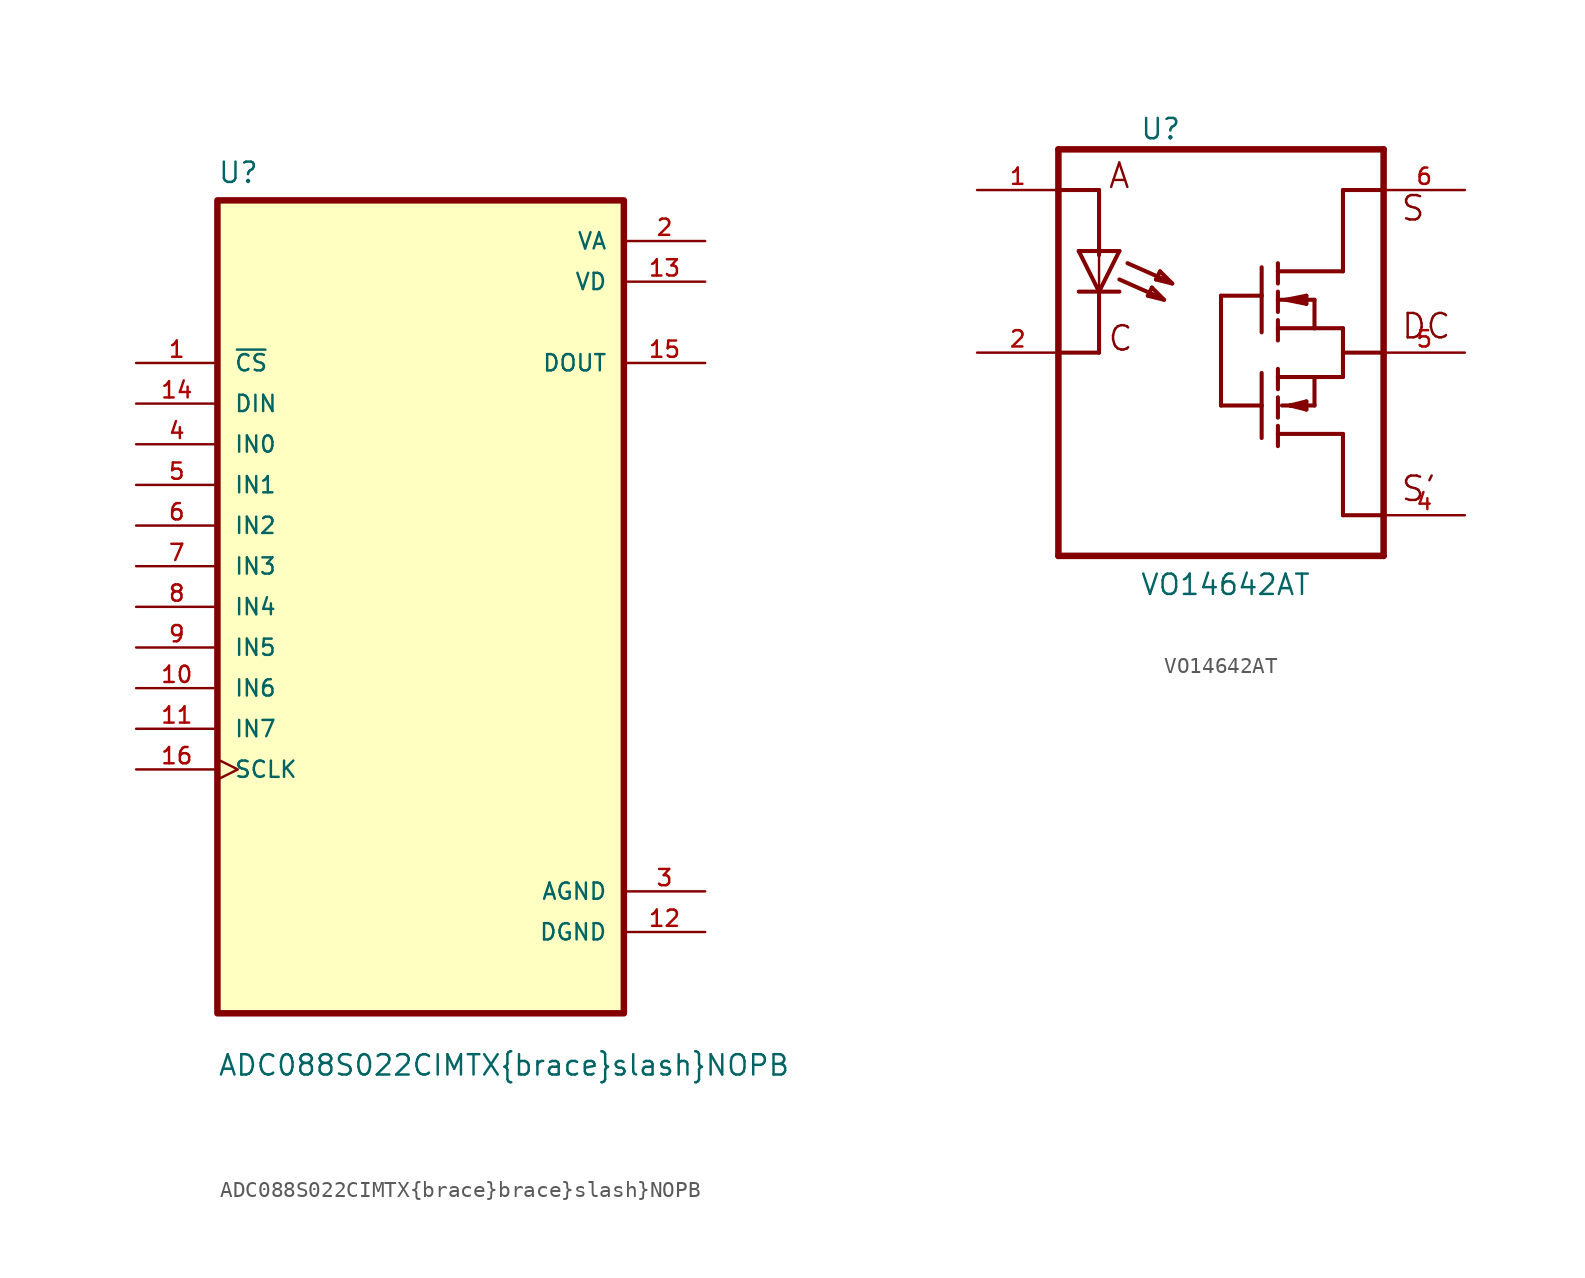
<source format=kicad_sym>
(kicad_symbol_lib
  (version 20211014)
  (generator kicad_symbol_editor)
  (symbol "ADC088S022CIMTX{brace}brace}slash}NOPB"
    (pin_names
      (offset 1.016))
    (property "Reference" "U"
      (at -12.7 26.391 0)
      (effects (font (size 1.27 1.27)) (justify left bottom)))
    (property "Value" "ADC088S022CIMTX{brace}brace}slash}NOPB"
      (at -12.7 -29.388 0)
      (effects (font (size 1.27 1.27)) (justify left bottom)))
    (property "ki_locked" ""
      (at 0 0 0)
      (effects (font (size 1.27 1.27))))
    (symbol "ADC088S022CIMTX{brace}brace}slash}NOPB_0_0"
      (rectangle (start -12.7 -25.4) (end 12.7 25.4) (stroke (width 0.406) (type default) (color 0 0 0 0)) (fill (type background)))
      (pin input line (at -17.78 15.24 0) (length 5.08) (name "~{CS}" (effects (font (size 1.016 1.016)))) (number "1" (effects (font (size 1.016 1.016)))))
      (pin input line (at -17.78 -5.08 0) (length 5.08) (name "IN6" (effects (font (size 1.016 1.016)))) (number "10" (effects (font (size 1.016 1.016)))))
      (pin input line (at -17.78 -7.62 0) (length 5.08) (name "IN7" (effects (font (size 1.016 1.016)))) (number "11" (effects (font (size 1.016 1.016)))))
      (pin power_in line (at 17.78 -20.32 180) (length 5.08) (name "DGND" (effects (font (size 1.016 1.016)))) (number "12" (effects (font (size 1.016 1.016)))))
      (pin power_in line (at 17.78 20.32 180) (length 5.08) (name "VD" (effects (font (size 1.016 1.016)))) (number "13" (effects (font (size 1.016 1.016)))))
      (pin input line (at -17.78 12.7 0) (length 5.08) (name "DIN" (effects (font (size 1.016 1.016)))) (number "14" (effects (font (size 1.016 1.016)))))
      (pin output line (at 17.78 15.24 180) (length 5.08) (name "DOUT" (effects (font (size 1.016 1.016)))) (number "15" (effects (font (size 1.016 1.016)))))
      (pin input clock (at -17.78 -10.16 0) (length 5.08) (name "SCLK" (effects (font (size 1.016 1.016)))) (number "16" (effects (font (size 1.016 1.016)))))
      (pin power_in line (at 17.78 22.86 180) (length 5.08) (name "VA" (effects (font (size 1.016 1.016)))) (number "2" (effects (font (size 1.016 1.016)))))
      (pin power_in line (at 17.78 -17.78 180) (length 5.08) (name "AGND" (effects (font (size 1.016 1.016)))) (number "3" (effects (font (size 1.016 1.016)))))
      (pin input line (at -17.78 10.16 0) (length 5.08) (name "IN0" (effects (font (size 1.016 1.016)))) (number "4" (effects (font (size 1.016 1.016)))))
      (pin input line (at -17.78 7.62 0) (length 5.08) (name "IN1" (effects (font (size 1.016 1.016)))) (number "5" (effects (font (size 1.016 1.016)))))
      (pin input line (at -17.78 5.08 0) (length 5.08) (name "IN2" (effects (font (size 1.016 1.016)))) (number "6" (effects (font (size 1.016 1.016)))))
      (pin input line (at -17.78 2.54 0) (length 5.08) (name "IN3" (effects (font (size 1.016 1.016)))) (number "7" (effects (font (size 1.016 1.016)))))
      (pin input line (at -17.78 0 0) (length 5.08) (name "IN4" (effects (font (size 1.016 1.016)))) (number "8" (effects (font (size 1.016 1.016)))))
      (pin input line (at -17.78 -2.54 0) (length 5.08) (name "IN5" (effects (font (size 1.016 1.016)))) (number "9" (effects (font (size 1.016 1.016)))))))
  (symbol "VO14642AT"
    (pin_names
      (offset 1.016) hide)
    (property "Reference" "U"
      (at -5.08 13.233 0)
      (effects (font (size 1.27 1.27)) (justify left bottom)))
    (property "Value" "VO14642AT"
      (at -5.08 -15.24 0)
      (effects (font (size 1.27 1.27)) (justify left bottom)))
    (property "ki_locked" ""
      (at 0 0 0)
      (effects (font (size 1.27 1.27))))
    (symbol "VO14642AT_0_0"
      (polyline (pts (xy -10.16 -12.7) (xy 10.16 -12.7)) (stroke (width 0.406) (type default) (color 0 0 0 0)) (fill (type none)))
      (polyline (pts (xy -10.16 0) (xy -10.16 -12.7)) (stroke (width 0.406) (type default) (color 0 0 0 0)) (fill (type none)))
      (polyline (pts (xy -10.16 0) (xy -7.62 0)) (stroke (width 0.254) (type default) (color 0 0 0 0)) (fill (type none)))
      (polyline (pts (xy -10.16 10.16) (xy -10.16 0)) (stroke (width 0.406) (type default) (color 0 0 0 0)) (fill (type none)))
      (polyline (pts (xy -10.16 10.16) (xy -7.62 10.16)) (stroke (width 0.254) (type default) (color 0 0 0 0)) (fill (type none)))
      (polyline (pts (xy -10.16 12.7) (xy -10.16 10.16)) (stroke (width 0.406) (type default) (color 0 0 0 0)) (fill (type none)))
      (polyline (pts (xy -10.16 12.7) (xy 10.16 12.7)) (stroke (width 0.406) (type default) (color 0 0 0 0)) (fill (type none)))
      (polyline (pts (xy -7.62 0) (xy -7.62 3.81)) (stroke (width 0.254) (type default) (color 0 0 0 0)) (fill (type none)))
      (polyline (pts (xy -7.62 3.81) (xy -8.89 3.81)) (stroke (width 0.254) (type default) (color 0 0 0 0)) (fill (type none)))
      (polyline (pts (xy -7.62 3.81) (xy -8.89 6.35)) (stroke (width 0.254) (type default) (color 0 0 0 0)) (fill (type none)))
      (polyline (pts (xy -7.62 6.096) (xy -7.62 3.81)) (stroke (width 0.152) (type default) (color 0 0 0 0)) (fill (type none)))
      (polyline (pts (xy -7.62 6.35) (xy -8.89 6.35)) (stroke (width 0.254) (type default) (color 0 0 0 0)) (fill (type none)))
      (polyline (pts (xy -7.62 6.35) (xy -7.62 6.096)) (stroke (width 0.152) (type default) (color 0 0 0 0)) (fill (type none)))
      (polyline (pts (xy -7.62 10.16) (xy -7.62 6.096)) (stroke (width 0.254) (type default) (color 0 0 0 0)) (fill (type none)))
      (polyline (pts (xy -6.35 3.81) (xy -7.62 3.81)) (stroke (width 0.254) (type default) (color 0 0 0 0)) (fill (type none)))
      (polyline (pts (xy -6.35 6.35) (xy -7.62 3.81)) (stroke (width 0.254) (type default) (color 0 0 0 0)) (fill (type none)))
      (polyline (pts (xy -6.35 6.35) (xy -7.62 6.35)) (stroke (width 0.254) (type default) (color 0 0 0 0)) (fill (type none)))
      (polyline (pts (xy -4.572 3.556) (xy -3.556 3.302)) (stroke (width 0.254) (type default) (color 0 0 0 0)) (fill (type none)))
      (polyline (pts (xy -4.318 4.064) (xy -4.572 3.556)) (stroke (width 0.254) (type default) (color 0 0 0 0)) (fill (type none)))
      (polyline (pts (xy -4.064 3.556) (xy -6.35 4.572)) (stroke (width 0.254) (type default) (color 0 0 0 0)) (fill (type none)))
      (polyline (pts (xy -4.064 4.572) (xy -3.048 4.318)) (stroke (width 0.254) (type default) (color 0 0 0 0)) (fill (type none)))
      (polyline (pts (xy -3.81 5.08) (xy -4.064 4.572)) (stroke (width 0.254) (type default) (color 0 0 0 0)) (fill (type none)))
      (polyline (pts (xy -3.556 3.302) (xy -4.318 4.064)) (stroke (width 0.254) (type default) (color 0 0 0 0)) (fill (type none)))
      (polyline (pts (xy -3.556 4.572) (xy -5.842 5.588)) (stroke (width 0.254) (type default) (color 0 0 0 0)) (fill (type none)))
      (polyline (pts (xy -3.048 4.318) (xy -3.81 5.08)) (stroke (width 0.254) (type default) (color 0 0 0 0)) (fill (type none)))
      (polyline (pts (xy 0 -3.302) (xy 0 3.556)) (stroke (width 0.254) (type default) (color 0 0 0 0)) (fill (type none)))
      (polyline (pts (xy 0 3.556) (xy 2.54 3.556)) (stroke (width 0.254) (type default) (color 0 0 0 0)) (fill (type none)))
      (polyline (pts (xy 2.54 -5.334) (xy 2.54 -3.302)) (stroke (width 0.254) (type default) (color 0 0 0 0)) (fill (type none)))
      (polyline (pts (xy 2.54 -3.302) (xy 0 -3.302)) (stroke (width 0.254) (type default) (color 0 0 0 0)) (fill (type none)))
      (polyline (pts (xy 2.54 -3.302) (xy 2.54 -1.27)) (stroke (width 0.254) (type default) (color 0 0 0 0)) (fill (type none)))
      (polyline (pts (xy 2.54 1.27) (xy 2.54 3.556)) (stroke (width 0.254) (type default) (color 0 0 0 0)) (fill (type none)))
      (polyline (pts (xy 2.54 3.556) (xy 2.54 5.334)) (stroke (width 0.254) (type default) (color 0 0 0 0)) (fill (type none)))
      (polyline (pts (xy 3.556 -5.842) (xy 3.556 -5.08)) (stroke (width 0.254) (type default) (color 0 0 0 0)) (fill (type none)))
      (polyline (pts (xy 3.556 -5.08) (xy 3.556 -4.572)) (stroke (width 0.254) (type default) (color 0 0 0 0)) (fill (type none)))
      (polyline (pts (xy 3.556 -5.08) (xy 7.62 -5.08)) (stroke (width 0.254) (type default) (color 0 0 0 0)) (fill (type none)))
      (polyline (pts (xy 3.556 -4.064) (xy 3.556 -2.794)) (stroke (width 0.254) (type default) (color 0 0 0 0)) (fill (type none)))
      (polyline (pts (xy 3.556 -2.286) (xy 3.556 -1.524)) (stroke (width 0.254) (type default) (color 0 0 0 0)) (fill (type none)))
      (polyline (pts (xy 3.556 -1.524) (xy 3.556 -1.016)) (stroke (width 0.254) (type default) (color 0 0 0 0)) (fill (type none)))
      (polyline (pts (xy 3.556 -1.524) (xy 5.842 -1.524)) (stroke (width 0.254) (type default) (color 0 0 0 0)) (fill (type none)))
      (polyline (pts (xy 3.556 0.762) (xy 3.556 1.524)) (stroke (width 0.254) (type default) (color 0 0 0 0)) (fill (type none)))
      (polyline (pts (xy 3.556 1.524) (xy 3.556 2.032)) (stroke (width 0.254) (type default) (color 0 0 0 0)) (fill (type none)))
      (polyline (pts (xy 3.556 1.524) (xy 5.842 1.524)) (stroke (width 0.254) (type default) (color 0 0 0 0)) (fill (type none)))
      (polyline (pts (xy 3.556 2.54) (xy 3.556 3.302)) (stroke (width 0.254) (type default) (color 0 0 0 0)) (fill (type none)))
      (polyline (pts (xy 3.556 3.302) (xy 3.556 3.81)) (stroke (width 0.254) (type default) (color 0 0 0 0)) (fill (type none)))
      (polyline (pts (xy 3.556 3.302) (xy 5.842 3.302)) (stroke (width 0.254) (type default) (color 0 0 0 0)) (fill (type none)))
      (polyline (pts (xy 3.556 4.318) (xy 3.556 5.08)) (stroke (width 0.254) (type default) (color 0 0 0 0)) (fill (type none)))
      (polyline (pts (xy 3.556 5.08) (xy 3.556 5.588)) (stroke (width 0.254) (type default) (color 0 0 0 0)) (fill (type none)))
      (polyline (pts (xy 3.81 -3.302) (xy 4.318 -3.302)) (stroke (width 0.254) (type default) (color 0 0 0 0)) (fill (type none)))
      (polyline (pts (xy 4.064 3.302) (xy 5.334 3.048)) (stroke (width 0.254) (type default) (color 0 0 0 0)) (fill (type none)))
      (polyline (pts (xy 4.318 -3.302) (xy 5.334 -3.556)) (stroke (width 0.254) (type default) (color 0 0 0 0)) (fill (type none)))
      (polyline (pts (xy 4.318 -3.302) (xy 5.842 -3.302)) (stroke (width 0.254) (type default) (color 0 0 0 0)) (fill (type none)))
      (polyline (pts (xy 5.334 -3.556) (xy 5.334 -3.048)) (stroke (width 0.254) (type default) (color 0 0 0 0)) (fill (type none)))
      (polyline (pts (xy 5.334 -3.048) (xy 4.318 -3.302)) (stroke (width 0.254) (type default) (color 0 0 0 0)) (fill (type none)))
      (polyline (pts (xy 5.334 3.048) (xy 5.334 3.556)) (stroke (width 0.254) (type default) (color 0 0 0 0)) (fill (type none)))
      (polyline (pts (xy 5.334 3.556) (xy 4.064 3.302)) (stroke (width 0.254) (type default) (color 0 0 0 0)) (fill (type none)))
      (polyline (pts (xy 5.842 -3.302) (xy 5.842 -1.524)) (stroke (width 0.254) (type default) (color 0 0 0 0)) (fill (type none)))
      (polyline (pts (xy 5.842 -1.524) (xy 7.62 -1.524)) (stroke (width 0.254) (type default) (color 0 0 0 0)) (fill (type none)))
      (polyline (pts (xy 5.842 1.524) (xy 7.62 1.524)) (stroke (width 0.254) (type default) (color 0 0 0 0)) (fill (type none)))
      (polyline (pts (xy 5.842 3.302) (xy 5.842 1.524)) (stroke (width 0.254) (type default) (color 0 0 0 0)) (fill (type none)))
      (polyline (pts (xy 7.62 -10.16) (xy 10.16 -10.16)) (stroke (width 0.254) (type default) (color 0 0 0 0)) (fill (type none)))
      (polyline (pts (xy 7.62 -5.08) (xy 7.62 -10.16)) (stroke (width 0.254) (type default) (color 0 0 0 0)) (fill (type none)))
      (polyline (pts (xy 7.62 0) (xy 7.62 -1.524)) (stroke (width 0.254) (type default) (color 0 0 0 0)) (fill (type none)))
      (polyline (pts (xy 7.62 0) (xy 10.16 0)) (stroke (width 0.254) (type default) (color 0 0 0 0)) (fill (type none)))
      (polyline (pts (xy 7.62 1.524) (xy 7.62 0)) (stroke (width 0.254) (type default) (color 0 0 0 0)) (fill (type none)))
      (polyline (pts (xy 7.62 5.08) (xy 3.556 5.08)) (stroke (width 0.254) (type default) (color 0 0 0 0)) (fill (type none)))
      (polyline (pts (xy 7.62 10.16) (xy 7.62 5.08)) (stroke (width 0.254) (type default) (color 0 0 0 0)) (fill (type none)))
      (polyline (pts (xy 10.16 -10.16) (xy 10.16 -12.7)) (stroke (width 0.406) (type default) (color 0 0 0 0)) (fill (type none)))
      (polyline (pts (xy 10.16 0) (xy 10.16 -10.16)) (stroke (width 0.406) (type default) (color 0 0 0 0)) (fill (type none)))
      (polyline (pts (xy 10.16 10.16) (xy 7.62 10.16)) (stroke (width 0.254) (type default) (color 0 0 0 0)) (fill (type none)))
      (polyline (pts (xy 10.16 10.16) (xy 10.16 0)) (stroke (width 0.406) (type default) (color 0 0 0 0)) (fill (type none)))
      (polyline (pts (xy 10.16 12.7) (xy 10.16 10.16)) (stroke (width 0.406) (type default) (color 0 0 0 0)) (fill (type none)))
      (text "A" (at -7.112 10.16 0) (effects (font (size 1.524 1.524)) (justify left bottom)))
      (text "C" (at -7.137 0 0) (effects (font (size 1.524 1.524)) (justify left bottom)))
      (text "DC" (at 11.201 0.762 0) (effects (font (size 1.524 1.524)) (justify left bottom)))
      (text "S" (at 11.176 8.128 0) (effects (font (size 1.524 1.524)) (justify left bottom)))
      (text "S'" (at 11.176 -9.398 0) (effects (font (size 1.524 1.524)) (justify left bottom)))
      (pin passive line (at -15.24 10.16 0) (length 5.08) (name "~" (effects (font (size 1.016 1.016)))) (number "1" (effects (font (size 1.016 1.016)))))
      (pin passive line (at -15.24 0 0) (length 5.08) (name "~" (effects (font (size 1.016 1.016)))) (number "2" (effects (font (size 1.016 1.016)))))
      (pin passive line (at 15.24 -10.16 180) (length 5.08) (name "~" (effects (font (size 1.016 1.016)))) (number "4" (effects (font (size 1.016 1.016)))))
      (pin passive line (at 15.24 0 180) (length 5.08) (name "~" (effects (font (size 1.016 1.016)))) (number "5" (effects (font (size 1.016 1.016)))))
      (pin passive line (at 15.24 10.16 180) (length 5.08) (name "~" (effects (font (size 1.016 1.016)))) (number "6" (effects (font (size 1.016 1.016))))))))
</source>
